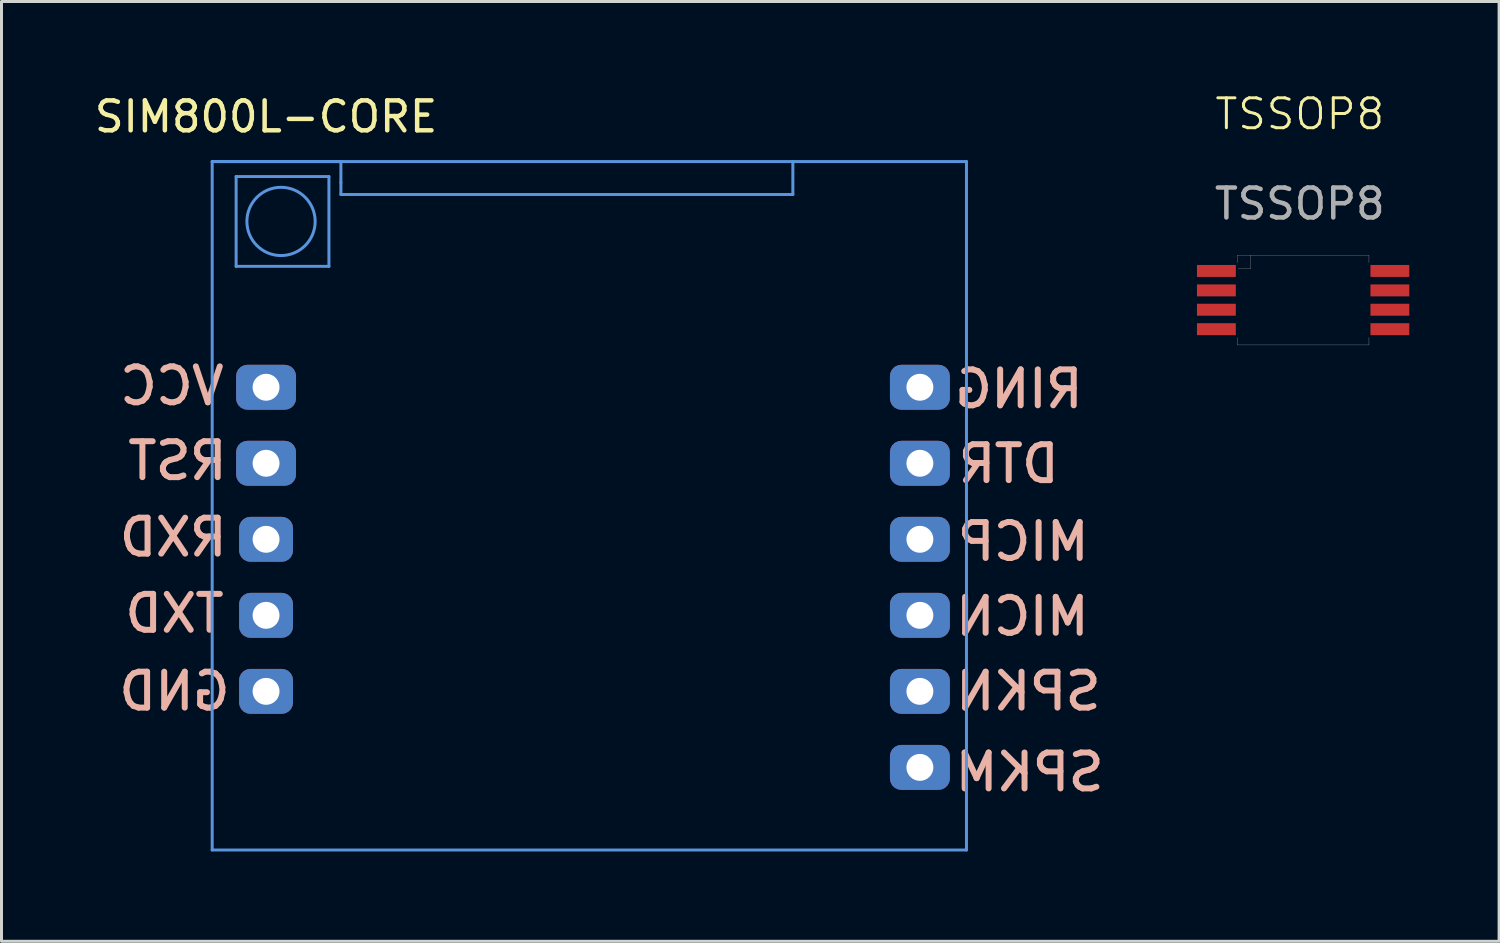
<source format=kicad_pcb>
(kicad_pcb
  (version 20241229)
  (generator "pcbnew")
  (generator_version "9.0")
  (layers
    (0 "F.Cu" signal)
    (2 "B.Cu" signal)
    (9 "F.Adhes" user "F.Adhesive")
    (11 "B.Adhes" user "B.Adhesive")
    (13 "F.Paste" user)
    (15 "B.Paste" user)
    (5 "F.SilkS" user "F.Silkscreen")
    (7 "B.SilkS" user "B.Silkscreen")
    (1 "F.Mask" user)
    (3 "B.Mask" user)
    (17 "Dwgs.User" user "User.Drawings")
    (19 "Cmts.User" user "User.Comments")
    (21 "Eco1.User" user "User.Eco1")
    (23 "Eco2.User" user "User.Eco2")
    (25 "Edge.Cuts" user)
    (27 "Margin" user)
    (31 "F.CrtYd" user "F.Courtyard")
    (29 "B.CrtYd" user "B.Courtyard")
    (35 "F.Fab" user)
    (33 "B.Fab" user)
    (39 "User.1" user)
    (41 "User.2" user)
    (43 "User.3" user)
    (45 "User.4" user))
  (footprint "TSSOP8"
    (layer "F.Cu")
    (at 40.375 1.26)
    (property "Reference" "TSSOP8" (at 0 -0.5 0) (unlocked yes) (layer "F.SilkS") (effects (font (size 1 1) (thickness 0.1))))
    (attr smd)
    (fp_line (start -2.088 4.216) (end -2.088 4.465) (stroke (width 0.01) (type solid)) (layer "F.Fab"))
    (fp_line (start -2.088 6.965) (end -2.088 7.214) (stroke (width 0.01) (type solid)) (layer "F.Fab"))
    (fp_line (start -1.636 4.216) (end -1.636 4.666) (stroke (width 0.01) (type solid)) (layer "F.Fab"))
    (fp_line (start -1.636 4.666) (end -2.062 4.666) (stroke (width 0.01) (type solid)) (layer "F.Fab"))
    (fp_line (start 2.311 4.216) (end -2.088 4.216) (stroke (width 0.01) (type solid)) (layer "F.Fab"))
    (fp_line (start 2.311 4.216) (end 2.311 4.465) (stroke (width 0.01) (type solid)) (layer "F.Fab"))
    (fp_line (start 2.311 6.965) (end 2.311 7.214) (stroke (width 0.01) (type solid)) (layer "F.Fab"))
    (fp_line (start 2.311 7.214) (end -2.088 7.214) (stroke (width 0.01) (type solid)) (layer "F.Fab"))
    (fp_text user "${REFERENCE}" (at 0 2.5 0) (unlocked yes) (layer "F.Fab") (effects (font (size 1 1) (thickness 0.15))))
    (pad "1" smd rect (at -2.786 4.742 90) (size 0.399 1.298) (layers "F.Cu" "F.Mask" "F.Paste"))
    (pad "2" smd rect (at -2.786 5.392 90) (size 0.399 1.298) (layers "F.Cu" "F.Mask" "F.Paste"))
    (pad "3" smd rect (at -2.786 6.038 90) (size 0.399 1.298) (layers "F.Cu" "F.Mask" "F.Paste"))
    (pad "4" smd rect (at -2.786 6.688 90) (size 0.399 1.298) (layers "F.Cu" "F.Mask" "F.Paste"))
    (pad "5" smd rect (at 3.01 6.688 270) (size 0.399 1.298) (layers "F.Cu" "F.Mask" "F.Paste"))
    (pad "6" smd rect (at 3.01 6.038 270) (size 0.399 1.298) (layers "F.Cu" "F.Mask" "F.Paste"))
    (pad "7" smd rect (at 3.01 5.392 270) (size 0.399 1.298) (layers "F.Cu" "F.Mask" "F.Paste"))
    (pad "8" smd rect (at 3.01 4.742 270) (size 0.399 1.298) (layers "F.Cu" "F.Mask" "F.Paste")))
  (footprint "SIM800L-CORE"
    (layer "F.Cu")
    (at 5.839 7.348)
    (property "Reference" "SIM800L-CORE" (at 0 -6.5 0) (unlocked yes) (layer "F.SilkS") (effects (font (size 1 1) (thickness 0.15))))
    (fp_line (start -1.8 -5) (end 2.2 -5) (stroke (width 0.1) (type default)) (layer "Cmts.User"))
    (fp_line (start -1.8 -5) (end 23.4 -5) (stroke (width 0.1) (type default)) (layer "Cmts.User"))
    (fp_line (start -1.8 18) (end -1.8 -5) (stroke (width 0.1) (type default)) (layer "Cmts.User"))
    (fp_line (start -1 -4.5) (end -1 -1.5) (stroke (width 0.1) (type default)) (layer "Cmts.User"))
    (fp_line (start -1 -1.5) (end 2.1 -1.5) (stroke (width 0.1) (type default)) (layer "Cmts.User"))
    (fp_line (start 2.1 -4.5) (end -1 -4.5) (stroke (width 0.1) (type default)) (layer "Cmts.User"))
    (fp_line (start 2.1 -1.5) (end 2.1 -4.5) (stroke (width 0.1) (type default)) (layer "Cmts.User"))
    (fp_line (start 2.2 -5) (end 2.5 -5) (stroke (width 0.1) (type default)) (layer "Cmts.User"))
    (fp_line (start 2.5 -5) (end 2.5 -4.3) (stroke (width 0.1) (type default)) (layer "Cmts.User"))
    (fp_line (start 2.5 -4.3) (end 2.5 -3.9) (stroke (width 0.1) (type default)) (layer "Cmts.User"))
    (fp_line (start 2.5 -3.9) (end 17.6 -3.9) (stroke (width 0.1) (type default)) (layer "Cmts.User"))
    (fp_line (start 17.6 -3.9) (end 17.6 -5) (stroke (width 0.1) (type default)) (layer "Cmts.User"))
    (fp_line (start 23.4 -5) (end 23.4 18) (stroke (width 0.1) (type default)) (layer "Cmts.User"))
    (fp_line (start 23.4 18) (end -1.8 18) (stroke (width 0.1) (type default)) (layer "Cmts.User"))
    (fp_circle (center 0.5 -3) (end 1.6 -2.7) (stroke (width 0.1) (type default)) (fill no) (layer "Cmts.User"))
    (fp_text user "RING" (at 27.4 3.3 0) (unlocked yes) (layer "B.SilkS") (effects (font (size 1.2 1.2) (thickness 0.2) (bold yes)) (justify left bottom mirror)))
    (fp_text user "RXD" (at -1.2 8.255 0) (unlocked yes) (layer "B.SilkS") (effects (font (size 1.2 1.2) (thickness 0.2) (bold yes)) (justify left bottom mirror)))
    (fp_text user "MICN" (at 27.6 10.9 0) (unlocked yes) (layer "B.SilkS") (effects (font (size 1.2 1.2) (thickness 0.2) (bold yes)) (justify left bottom mirror)))
    (fp_text user "DTR" (at 26.6 5.8 0) (unlocked yes) (layer "B.SilkS") (effects (font (size 1.2 1.2) (thickness 0.2) (bold yes)) (justify left bottom mirror)))
    (fp_text user "MICP" (at 27.6 8.4 0) (unlocked yes) (layer "B.SilkS") (effects (font (size 1.2 1.2) (thickness 0.2) (bold yes)) (justify left bottom mirror)))
    (fp_text user "SPKN" (at 28 13.4 0) (unlocked yes) (layer "B.SilkS") (effects (font (size 1.2 1.2) (thickness 0.2) (bold yes)) (justify left bottom mirror)))
    (fp_text user "VCC" (at -1.3 3.2 0) (unlocked yes) (layer "B.SilkS") (effects (font (size 1.2 1.2) (thickness 0.2) (bold yes)) (justify left bottom mirror)))
    (fp_text user "GND" (at -1.1 13.4 0) (unlocked yes) (layer "B.SilkS") (effects (font (size 1.2 1.2) (thickness 0.2) (bold yes)) (justify left bottom mirror)))
    (fp_text user "SPKM" (at 28.1 16.1 0) (unlocked yes) (layer "B.SilkS") (effects (font (size 1.2 1.2) (thickness 0.2) (bold yes)) (justify left bottom mirror)))
    (fp_text user "TXD" (at -1.3 10.8 0) (unlocked yes) (layer "B.SilkS") (effects (font (size 1.2 1.2) (thickness 0.2) (bold yes)) (justify left bottom mirror)))
    (fp_text user "RST" (at -1.2 5.7 0) (unlocked yes) (layer "B.SilkS") (effects (font (size 1.2 1.2) (thickness 0.2) (bold yes)) (justify left bottom mirror)))
    (pad "1" thru_hole roundrect (at 0 2.54) (size 2 1.5) (drill 0.9) (layers "*.Cu" "*.Mask") (roundrect_rratio 0.25))
    (pad "2" thru_hole roundrect (at 0 5.08) (size 2 1.5) (drill 0.9) (layers "*.Cu" "*.Mask") (roundrect_rratio 0.25))
    (pad "3" thru_hole roundrect (at 0 7.62) (size 1.8 1.5) (drill 0.9) (layers "*.Cu" "*.Mask") (roundrect_rratio 0.25))
    (pad "4" thru_hole roundrect (at 0 10.16) (size 1.8 1.5) (drill 0.9) (layers "*.Cu" "*.Mask") (roundrect_rratio 0.25))
    (pad "5" thru_hole roundrect (at 0 12.7) (size 1.8 1.5) (drill 0.9) (layers "*.Cu" "*.Mask") (roundrect_rratio 0.25))
    (pad "6" thru_hole roundrect (at 21.844 15.24) (size 2 1.5) (drill 0.9) (layers "*.Cu" "*.Mask") (roundrect_rratio 0.25))
    (pad "7" thru_hole roundrect (at 21.844 12.7) (size 2 1.5) (drill 0.9) (layers "*.Cu" "*.Mask") (roundrect_rratio 0.25))
    (pad "8" thru_hole roundrect (at 21.844 10.16) (size 2 1.5) (drill 0.9) (layers "*.Cu" "*.Mask") (roundrect_rratio 0.25))
    (pad "9" thru_hole roundrect (at 21.844 7.62) (size 2 1.5) (drill 0.9) (layers "*.Cu" "*.Mask") (roundrect_rratio 0.25))
    (pad "10" thru_hole roundrect (at 21.844 5.08) (size 2 1.5) (drill 0.9) (layers "*.Cu" "*.Mask") (roundrect_rratio 0.25))
    (pad "11" thru_hole roundrect (at 21.844 2.54) (size 2 1.5) (drill 0.9) (layers "*.Cu" "*.Mask") (roundrect_rratio 0.25)))
  (gr_rect
    (start -3 -3)
    (end 47.034 28.398)
    (stroke (width 0.1) (type default))
    (fill no)
    (layer "Edge.Cuts")))
</source>
